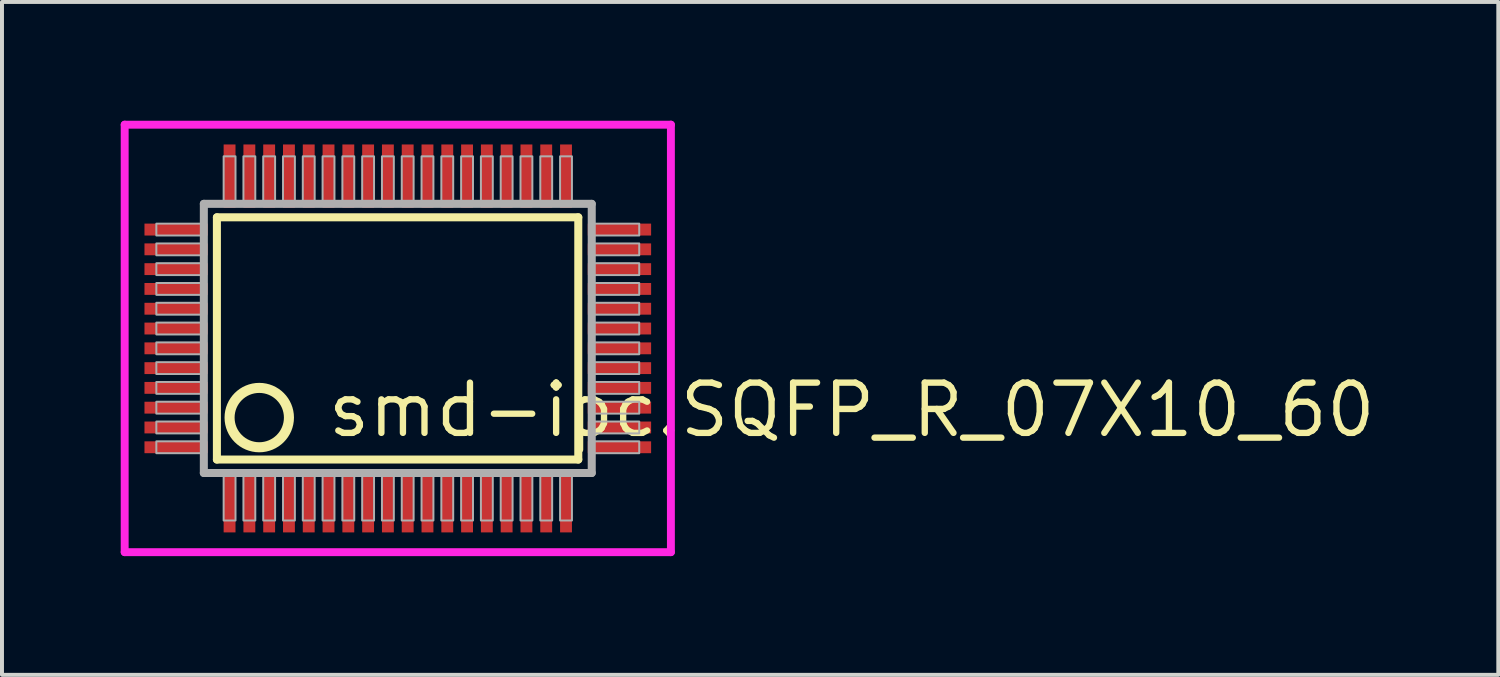
<source format=kicad_pcb>
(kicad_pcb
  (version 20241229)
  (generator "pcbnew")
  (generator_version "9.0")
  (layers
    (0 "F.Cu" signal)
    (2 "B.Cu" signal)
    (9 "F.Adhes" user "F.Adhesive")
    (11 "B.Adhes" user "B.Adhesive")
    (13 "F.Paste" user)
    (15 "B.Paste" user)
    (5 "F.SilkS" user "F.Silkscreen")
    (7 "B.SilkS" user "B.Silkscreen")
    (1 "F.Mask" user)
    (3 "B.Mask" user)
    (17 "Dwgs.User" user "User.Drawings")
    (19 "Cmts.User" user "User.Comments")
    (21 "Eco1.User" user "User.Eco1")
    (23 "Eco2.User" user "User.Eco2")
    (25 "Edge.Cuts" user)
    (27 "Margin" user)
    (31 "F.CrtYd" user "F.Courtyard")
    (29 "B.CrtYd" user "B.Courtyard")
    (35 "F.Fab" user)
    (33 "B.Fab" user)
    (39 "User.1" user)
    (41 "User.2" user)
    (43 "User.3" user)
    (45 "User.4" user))
  (footprint "smd-ipc.SQFP_R_07X10_60"
    (layer "F.Cu")
    (at 7 5.5)
    (property "Reference" "smd-ipc.SQFP_R_07X10_60" (at -1.85 2.55 0) (layer "F.SilkS") (effects (font (size 1.27 1.27) (thickness 0.16)) (justify left bottom)))
    (attr smd)
    (fp_line (start -4.57 -3.06) (end 4.56 -3.06) (stroke (width 0.203) (type default)) (layer "F.SilkS"))
    (fp_line (start -4.57 3.06) (end -4.57 -3.06) (stroke (width 0.203) (type default)) (layer "F.SilkS"))
    (fp_line (start 4.56 -3.06) (end 4.56 3.06) (stroke (width 0.203) (type default)) (layer "F.SilkS"))
    (fp_line (start 4.56 3.06) (end -4.57 3.06) (stroke (width 0.203) (type default)) (layer "F.SilkS"))
    (fp_circle (center -3.5 2) (end -2.75 2) (stroke (width 0.254) (type default)) (fill no) (layer "F.SilkS"))
    (fp_line (start -6.9 -5.4) (end 6.9 -5.4) (stroke (width 0.2) (type default)) (layer "F.CrtYd"))
    (fp_line (start -6.9 5.4) (end -6.9 -5.4) (stroke (width 0.2) (type default)) (layer "F.CrtYd"))
    (fp_line (start 6.9 -5.4) (end 6.9 5.4) (stroke (width 0.2) (type default)) (layer "F.CrtYd"))
    (fp_line (start 6.9 5.4) (end -6.9 5.4) (stroke (width 0.2) (type default)) (layer "F.CrtYd"))
    (fp_line (start -4.9 -3.4) (end -4.9 3.4) (stroke (width 0.203) (type default)) (layer "F.Fab"))
    (fp_line (start -4.9 3.4) (end 4.9 3.4) (stroke (width 0.203) (type default)) (layer "F.Fab"))
    (fp_line (start 4.9 -3.4) (end -4.9 -3.4) (stroke (width 0.203) (type default)) (layer "F.Fab"))
    (fp_line (start 4.9 3.4) (end 4.9 -3.4) (stroke (width 0.203) (type default)) (layer "F.Fab"))
    (fp_rect (start -6.1 -2.6) (end -4.95 -2.9) (stroke (width 0.05) (type default)) (fill no) (layer "F.Fab"))
    (fp_rect (start -6.1 -2.1) (end -4.95 -2.4) (stroke (width 0.05) (type default)) (fill no) (layer "F.Fab"))
    (fp_rect (start -6.1 -1.6) (end -4.95 -1.9) (stroke (width 0.05) (type default)) (fill no) (layer "F.Fab"))
    (fp_rect (start -6.1 -1.1) (end -4.95 -1.4) (stroke (width 0.05) (type default)) (fill no) (layer "F.Fab"))
    (fp_rect (start -6.1 -0.6) (end -4.95 -0.9) (stroke (width 0.05) (type default)) (fill no) (layer "F.Fab"))
    (fp_rect (start -6.1 -0.1) (end -4.95 -0.4) (stroke (width 0.05) (type default)) (fill no) (layer "F.Fab"))
    (fp_rect (start -6.1 0.4) (end -4.95 0.1) (stroke (width 0.05) (type default)) (fill no) (layer "F.Fab"))
    (fp_rect (start -6.1 0.9) (end -4.95 0.6) (stroke (width 0.05) (type default)) (fill no) (layer "F.Fab"))
    (fp_rect (start -6.1 1.4) (end -4.95 1.1) (stroke (width 0.05) (type default)) (fill no) (layer "F.Fab"))
    (fp_rect (start -6.1 1.9) (end -4.95 1.6) (stroke (width 0.05) (type default)) (fill no) (layer "F.Fab"))
    (fp_rect (start -6.1 2.4) (end -4.95 2.1) (stroke (width 0.05) (type default)) (fill no) (layer "F.Fab"))
    (fp_rect (start -6.1 2.9) (end -4.95 2.6) (stroke (width 0.05) (type default)) (fill no) (layer "F.Fab"))
    (fp_rect (start -4.4 -3.45) (end -4.1 -4.6) (stroke (width 0.05) (type default)) (fill no) (layer "F.Fab"))
    (fp_rect (start -4.4 4.6) (end -4.1 3.45) (stroke (width 0.05) (type default)) (fill no) (layer "F.Fab"))
    (fp_rect (start -3.9 -3.45) (end -3.6 -4.6) (stroke (width 0.05) (type default)) (fill no) (layer "F.Fab"))
    (fp_rect (start -3.9 4.6) (end -3.6 3.45) (stroke (width 0.05) (type default)) (fill no) (layer "F.Fab"))
    (fp_rect (start -3.4 -3.45) (end -3.1 -4.6) (stroke (width 0.05) (type default)) (fill no) (layer "F.Fab"))
    (fp_rect (start -3.4 4.6) (end -3.1 3.45) (stroke (width 0.05) (type default)) (fill no) (layer "F.Fab"))
    (fp_rect (start -2.9 -3.45) (end -2.6 -4.6) (stroke (width 0.05) (type default)) (fill no) (layer "F.Fab"))
    (fp_rect (start -2.9 4.6) (end -2.6 3.45) (stroke (width 0.05) (type default)) (fill no) (layer "F.Fab"))
    (fp_rect (start -2.4 -3.45) (end -2.1 -4.6) (stroke (width 0.05) (type default)) (fill no) (layer "F.Fab"))
    (fp_rect (start -2.4 4.6) (end -2.1 3.45) (stroke (width 0.05) (type default)) (fill no) (layer "F.Fab"))
    (fp_rect (start -1.9 -3.45) (end -1.6 -4.6) (stroke (width 0.05) (type default)) (fill no) (layer "F.Fab"))
    (fp_rect (start -1.9 4.6) (end -1.6 3.45) (stroke (width 0.05) (type default)) (fill no) (layer "F.Fab"))
    (fp_rect (start -1.4 -3.45) (end -1.1 -4.6) (stroke (width 0.05) (type default)) (fill no) (layer "F.Fab"))
    (fp_rect (start -1.4 4.6) (end -1.1 3.45) (stroke (width 0.05) (type default)) (fill no) (layer "F.Fab"))
    (fp_rect (start -0.9 -3.45) (end -0.6 -4.6) (stroke (width 0.05) (type default)) (fill no) (layer "F.Fab"))
    (fp_rect (start -0.9 4.6) (end -0.6 3.45) (stroke (width 0.05) (type default)) (fill no) (layer "F.Fab"))
    (fp_rect (start -0.4 -3.45) (end -0.1 -4.6) (stroke (width 0.05) (type default)) (fill no) (layer "F.Fab"))
    (fp_rect (start -0.4 4.6) (end -0.1 3.45) (stroke (width 0.05) (type default)) (fill no) (layer "F.Fab"))
    (fp_rect (start 0.1 -3.45) (end 0.4 -4.6) (stroke (width 0.05) (type default)) (fill no) (layer "F.Fab"))
    (fp_rect (start 0.1 4.6) (end 0.4 3.45) (stroke (width 0.05) (type default)) (fill no) (layer "F.Fab"))
    (fp_rect (start 0.6 -3.45) (end 0.9 -4.6) (stroke (width 0.05) (type default)) (fill no) (layer "F.Fab"))
    (fp_rect (start 0.6 4.6) (end 0.9 3.45) (stroke (width 0.05) (type default)) (fill no) (layer "F.Fab"))
    (fp_rect (start 1.1 -3.45) (end 1.4 -4.6) (stroke (width 0.05) (type default)) (fill no) (layer "F.Fab"))
    (fp_rect (start 1.1 4.6) (end 1.4 3.45) (stroke (width 0.05) (type default)) (fill no) (layer "F.Fab"))
    (fp_rect (start 1.6 -3.45) (end 1.9 -4.6) (stroke (width 0.05) (type default)) (fill no) (layer "F.Fab"))
    (fp_rect (start 1.6 4.6) (end 1.9 3.45) (stroke (width 0.05) (type default)) (fill no) (layer "F.Fab"))
    (fp_rect (start 2.1 -3.45) (end 2.4 -4.6) (stroke (width 0.05) (type default)) (fill no) (layer "F.Fab"))
    (fp_rect (start 2.1 4.6) (end 2.4 3.45) (stroke (width 0.05) (type default)) (fill no) (layer "F.Fab"))
    (fp_rect (start 2.6 -3.45) (end 2.9 -4.6) (stroke (width 0.05) (type default)) (fill no) (layer "F.Fab"))
    (fp_rect (start 2.6 4.6) (end 2.9 3.45) (stroke (width 0.05) (type default)) (fill no) (layer "F.Fab"))
    (fp_rect (start 3.1 -3.45) (end 3.4 -4.6) (stroke (width 0.05) (type default)) (fill no) (layer "F.Fab"))
    (fp_rect (start 3.1 4.6) (end 3.4 3.45) (stroke (width 0.05) (type default)) (fill no) (layer "F.Fab"))
    (fp_rect (start 3.6 -3.45) (end 3.9 -4.6) (stroke (width 0.05) (type default)) (fill no) (layer "F.Fab"))
    (fp_rect (start 3.6 4.6) (end 3.9 3.45) (stroke (width 0.05) (type default)) (fill no) (layer "F.Fab"))
    (fp_rect (start 4.1 -3.45) (end 4.4 -4.6) (stroke (width 0.05) (type default)) (fill no) (layer "F.Fab"))
    (fp_rect (start 4.1 4.6) (end 4.4 3.45) (stroke (width 0.05) (type default)) (fill no) (layer "F.Fab"))
    (fp_rect (start 4.95 -2.6) (end 6.1 -2.9) (stroke (width 0.05) (type default)) (fill no) (layer "F.Fab"))
    (fp_rect (start 4.95 -2.1) (end 6.1 -2.4) (stroke (width 0.05) (type default)) (fill no) (layer "F.Fab"))
    (fp_rect (start 4.95 -1.6) (end 6.1 -1.9) (stroke (width 0.05) (type default)) (fill no) (layer "F.Fab"))
    (fp_rect (start 4.95 -1.1) (end 6.1 -1.4) (stroke (width 0.05) (type default)) (fill no) (layer "F.Fab"))
    (fp_rect (start 4.95 -0.6) (end 6.1 -0.9) (stroke (width 0.05) (type default)) (fill no) (layer "F.Fab"))
    (fp_rect (start 4.95 -0.1) (end 6.1 -0.4) (stroke (width 0.05) (type default)) (fill no) (layer "F.Fab"))
    (fp_rect (start 4.95 0.4) (end 6.1 0.1) (stroke (width 0.05) (type default)) (fill no) (layer "F.Fab"))
    (fp_rect (start 4.95 0.9) (end 6.1 0.6) (stroke (width 0.05) (type default)) (fill no) (layer "F.Fab"))
    (fp_rect (start 4.95 1.4) (end 6.1 1.1) (stroke (width 0.05) (type default)) (fill no) (layer "F.Fab"))
    (fp_rect (start 4.95 1.9) (end 6.1 1.6) (stroke (width 0.05) (type default)) (fill no) (layer "F.Fab"))
    (fp_rect (start 4.95 2.4) (end 6.1 2.1) (stroke (width 0.05) (type default)) (fill no) (layer "F.Fab"))
    (fp_rect (start 4.95 2.9) (end 6.1 2.6) (stroke (width 0.05) (type default)) (fill no) (layer "F.Fab"))
    (pad "1" smd roundrect (at -4.25 4.1) (size 0.3 1.6) (layers "F.Cu" "F.Mask" "F.Paste") (roundrect_rratio 0.01))
    (pad "2" smd roundrect (at -3.75 4.1) (size 0.3 1.6) (layers "F.Cu" "F.Mask" "F.Paste") (roundrect_rratio 0.01))
    (pad "3" smd roundrect (at -3.25 4.1) (size 0.3 1.6) (layers "F.Cu" "F.Mask" "F.Paste") (roundrect_rratio 0.01))
    (pad "4" smd roundrect (at -2.75 4.1) (size 0.3 1.6) (layers "F.Cu" "F.Mask" "F.Paste") (roundrect_rratio 0.01))
    (pad "5" smd roundrect (at -2.25 4.1) (size 0.3 1.6) (layers "F.Cu" "F.Mask" "F.Paste") (roundrect_rratio 0.01))
    (pad "6" smd roundrect (at -1.75 4.1) (size 0.3 1.6) (layers "F.Cu" "F.Mask" "F.Paste") (roundrect_rratio 0.01))
    (pad "7" smd roundrect (at -1.25 4.1) (size 0.3 1.6) (layers "F.Cu" "F.Mask" "F.Paste") (roundrect_rratio 0.01))
    (pad "8" smd roundrect (at -0.75 4.1) (size 0.3 1.6) (layers "F.Cu" "F.Mask" "F.Paste") (roundrect_rratio 0.01))
    (pad "9" smd roundrect (at -0.25 4.1) (size 0.3 1.6) (layers "F.Cu" "F.Mask" "F.Paste") (roundrect_rratio 0.01))
    (pad "10" smd roundrect (at 0.25 4.1) (size 0.3 1.6) (layers "F.Cu" "F.Mask" "F.Paste") (roundrect_rratio 0.01))
    (pad "11" smd roundrect (at 0.75 4.1) (size 0.3 1.6) (layers "F.Cu" "F.Mask" "F.Paste") (roundrect_rratio 0.01))
    (pad "12" smd roundrect (at 1.25 4.1) (size 0.3 1.6) (layers "F.Cu" "F.Mask" "F.Paste") (roundrect_rratio 0.01))
    (pad "13" smd roundrect (at 1.75 4.1) (size 0.3 1.6) (layers "F.Cu" "F.Mask" "F.Paste") (roundrect_rratio 0.01))
    (pad "14" smd roundrect (at 2.25 4.1) (size 0.3 1.6) (layers "F.Cu" "F.Mask" "F.Paste") (roundrect_rratio 0.01))
    (pad "15" smd roundrect (at 2.75 4.1) (size 0.3 1.6) (layers "F.Cu" "F.Mask" "F.Paste") (roundrect_rratio 0.01))
    (pad "16" smd roundrect (at 3.25 4.1) (size 0.3 1.6) (layers "F.Cu" "F.Mask" "F.Paste") (roundrect_rratio 0.01))
    (pad "17" smd roundrect (at 3.75 4.1) (size 0.3 1.6) (layers "F.Cu" "F.Mask" "F.Paste") (roundrect_rratio 0.01))
    (pad "18" smd roundrect (at 4.25 4.1) (size 0.3 1.6) (layers "F.Cu" "F.Mask" "F.Paste") (roundrect_rratio 0.01))
    (pad "19" smd roundrect (at 5.6 2.75) (size 1.6 0.3) (layers "F.Cu" "F.Mask" "F.Paste") (roundrect_rratio 0.01))
    (pad "20" smd roundrect (at 5.6 2.25) (size 1.6 0.3) (layers "F.Cu" "F.Mask" "F.Paste") (roundrect_rratio 0.01))
    (pad "21" smd roundrect (at 5.6 1.75) (size 1.6 0.3) (layers "F.Cu" "F.Mask" "F.Paste") (roundrect_rratio 0.01))
    (pad "22" smd roundrect (at 5.6 1.25) (size 1.6 0.3) (layers "F.Cu" "F.Mask" "F.Paste") (roundrect_rratio 0.01))
    (pad "23" smd roundrect (at 5.6 0.75) (size 1.6 0.3) (layers "F.Cu" "F.Mask" "F.Paste") (roundrect_rratio 0.01))
    (pad "24" smd roundrect (at 5.6 0.25) (size 1.6 0.3) (layers "F.Cu" "F.Mask" "F.Paste") (roundrect_rratio 0.01))
    (pad "25" smd roundrect (at 5.6 -0.25) (size 1.6 0.3) (layers "F.Cu" "F.Mask" "F.Paste") (roundrect_rratio 0.01))
    (pad "26" smd roundrect (at 5.6 -0.75) (size 1.6 0.3) (layers "F.Cu" "F.Mask" "F.Paste") (roundrect_rratio 0.01))
    (pad "27" smd roundrect (at 5.6 -1.25) (size 1.6 0.3) (layers "F.Cu" "F.Mask" "F.Paste") (roundrect_rratio 0.01))
    (pad "28" smd roundrect (at 5.6 -1.75) (size 1.6 0.3) (layers "F.Cu" "F.Mask" "F.Paste") (roundrect_rratio 0.01))
    (pad "29" smd roundrect (at 5.6 -2.25) (size 1.6 0.3) (layers "F.Cu" "F.Mask" "F.Paste") (roundrect_rratio 0.01))
    (pad "30" smd roundrect (at 5.6 -2.75) (size 1.6 0.3) (layers "F.Cu" "F.Mask" "F.Paste") (roundrect_rratio 0.01))
    (pad "31" smd roundrect (at 4.25 -4.1) (size 0.3 1.6) (layers "F.Cu" "F.Mask" "F.Paste") (roundrect_rratio 0.01))
    (pad "32" smd roundrect (at 3.75 -4.1) (size 0.3 1.6) (layers "F.Cu" "F.Mask" "F.Paste") (roundrect_rratio 0.01))
    (pad "33" smd roundrect (at 3.25 -4.1) (size 0.3 1.6) (layers "F.Cu" "F.Mask" "F.Paste") (roundrect_rratio 0.01))
    (pad "34" smd roundrect (at 2.75 -4.1) (size 0.3 1.6) (layers "F.Cu" "F.Mask" "F.Paste") (roundrect_rratio 0.01))
    (pad "35" smd roundrect (at 2.25 -4.1) (size 0.3 1.6) (layers "F.Cu" "F.Mask" "F.Paste") (roundrect_rratio 0.01))
    (pad "36" smd roundrect (at 1.75 -4.1) (size 0.3 1.6) (layers "F.Cu" "F.Mask" "F.Paste") (roundrect_rratio 0.01))
    (pad "37" smd roundrect (at 1.25 -4.1) (size 0.3 1.6) (layers "F.Cu" "F.Mask" "F.Paste") (roundrect_rratio 0.01))
    (pad "38" smd roundrect (at 0.75 -4.1) (size 0.3 1.6) (layers "F.Cu" "F.Mask" "F.Paste") (roundrect_rratio 0.01))
    (pad "39" smd roundrect (at 0.25 -4.1) (size 0.3 1.6) (layers "F.Cu" "F.Mask" "F.Paste") (roundrect_rratio 0.01))
    (pad "40" smd roundrect (at -0.25 -4.1) (size 0.3 1.6) (layers "F.Cu" "F.Mask" "F.Paste") (roundrect_rratio 0.01))
    (pad "41" smd roundrect (at -0.75 -4.1) (size 0.3 1.6) (layers "F.Cu" "F.Mask" "F.Paste") (roundrect_rratio 0.01))
    (pad "42" smd roundrect (at -1.25 -4.1) (size 0.3 1.6) (layers "F.Cu" "F.Mask" "F.Paste") (roundrect_rratio 0.01))
    (pad "43" smd roundrect (at -1.75 -4.1) (size 0.3 1.6) (layers "F.Cu" "F.Mask" "F.Paste") (roundrect_rratio 0.01))
    (pad "44" smd roundrect (at -2.25 -4.1) (size 0.3 1.6) (layers "F.Cu" "F.Mask" "F.Paste") (roundrect_rratio 0.01))
    (pad "45" smd roundrect (at -2.75 -4.1) (size 0.3 1.6) (layers "F.Cu" "F.Mask" "F.Paste") (roundrect_rratio 0.01))
    (pad "46" smd roundrect (at -3.25 -4.1) (size 0.3 1.6) (layers "F.Cu" "F.Mask" "F.Paste") (roundrect_rratio 0.01))
    (pad "47" smd roundrect (at -3.75 -4.1) (size 0.3 1.6) (layers "F.Cu" "F.Mask" "F.Paste") (roundrect_rratio 0.01))
    (pad "48" smd roundrect (at -4.25 -4.1) (size 0.3 1.6) (layers "F.Cu" "F.Mask" "F.Paste") (roundrect_rratio 0.01))
    (pad "49" smd roundrect (at -5.6 -2.75) (size 1.6 0.3) (layers "F.Cu" "F.Mask" "F.Paste") (roundrect_rratio 0.01))
    (pad "50" smd roundrect (at -5.6 -2.25) (size 1.6 0.3) (layers "F.Cu" "F.Mask" "F.Paste") (roundrect_rratio 0.01))
    (pad "51" smd roundrect (at -5.6 -1.75) (size 1.6 0.3) (layers "F.Cu" "F.Mask" "F.Paste") (roundrect_rratio 0.01))
    (pad "52" smd roundrect (at -5.6 -1.25) (size 1.6 0.3) (layers "F.Cu" "F.Mask" "F.Paste") (roundrect_rratio 0.01))
    (pad "53" smd roundrect (at -5.6 -0.75) (size 1.6 0.3) (layers "F.Cu" "F.Mask" "F.Paste") (roundrect_rratio 0.01))
    (pad "54" smd roundrect (at -5.6 -0.25) (size 1.6 0.3) (layers "F.Cu" "F.Mask" "F.Paste") (roundrect_rratio 0.01))
    (pad "55" smd roundrect (at -5.6 0.25) (size 1.6 0.3) (layers "F.Cu" "F.Mask" "F.Paste") (roundrect_rratio 0.01))
    (pad "56" smd roundrect (at -5.6 0.75) (size 1.6 0.3) (layers "F.Cu" "F.Mask" "F.Paste") (roundrect_rratio 0.01))
    (pad "57" smd roundrect (at -5.6 1.25) (size 1.6 0.3) (layers "F.Cu" "F.Mask" "F.Paste") (roundrect_rratio 0.01))
    (pad "58" smd roundrect (at -5.6 1.75) (size 1.6 0.3) (layers "F.Cu" "F.Mask" "F.Paste") (roundrect_rratio 0.01))
    (pad "59" smd roundrect (at -5.6 2.25) (size 1.6 0.3) (layers "F.Cu" "F.Mask" "F.Paste") (roundrect_rratio 0.01))
    (pad "60" smd roundrect (at -5.6 2.75) (size 1.6 0.3) (layers "F.Cu" "F.Mask" "F.Paste") (roundrect_rratio 0.01)))
  (gr_rect
    (start -3 -3)
    (end 34.804 14)
    (stroke (width 0.1) (type default))
    (fill no)
    (layer "Edge.Cuts")))
</source>
